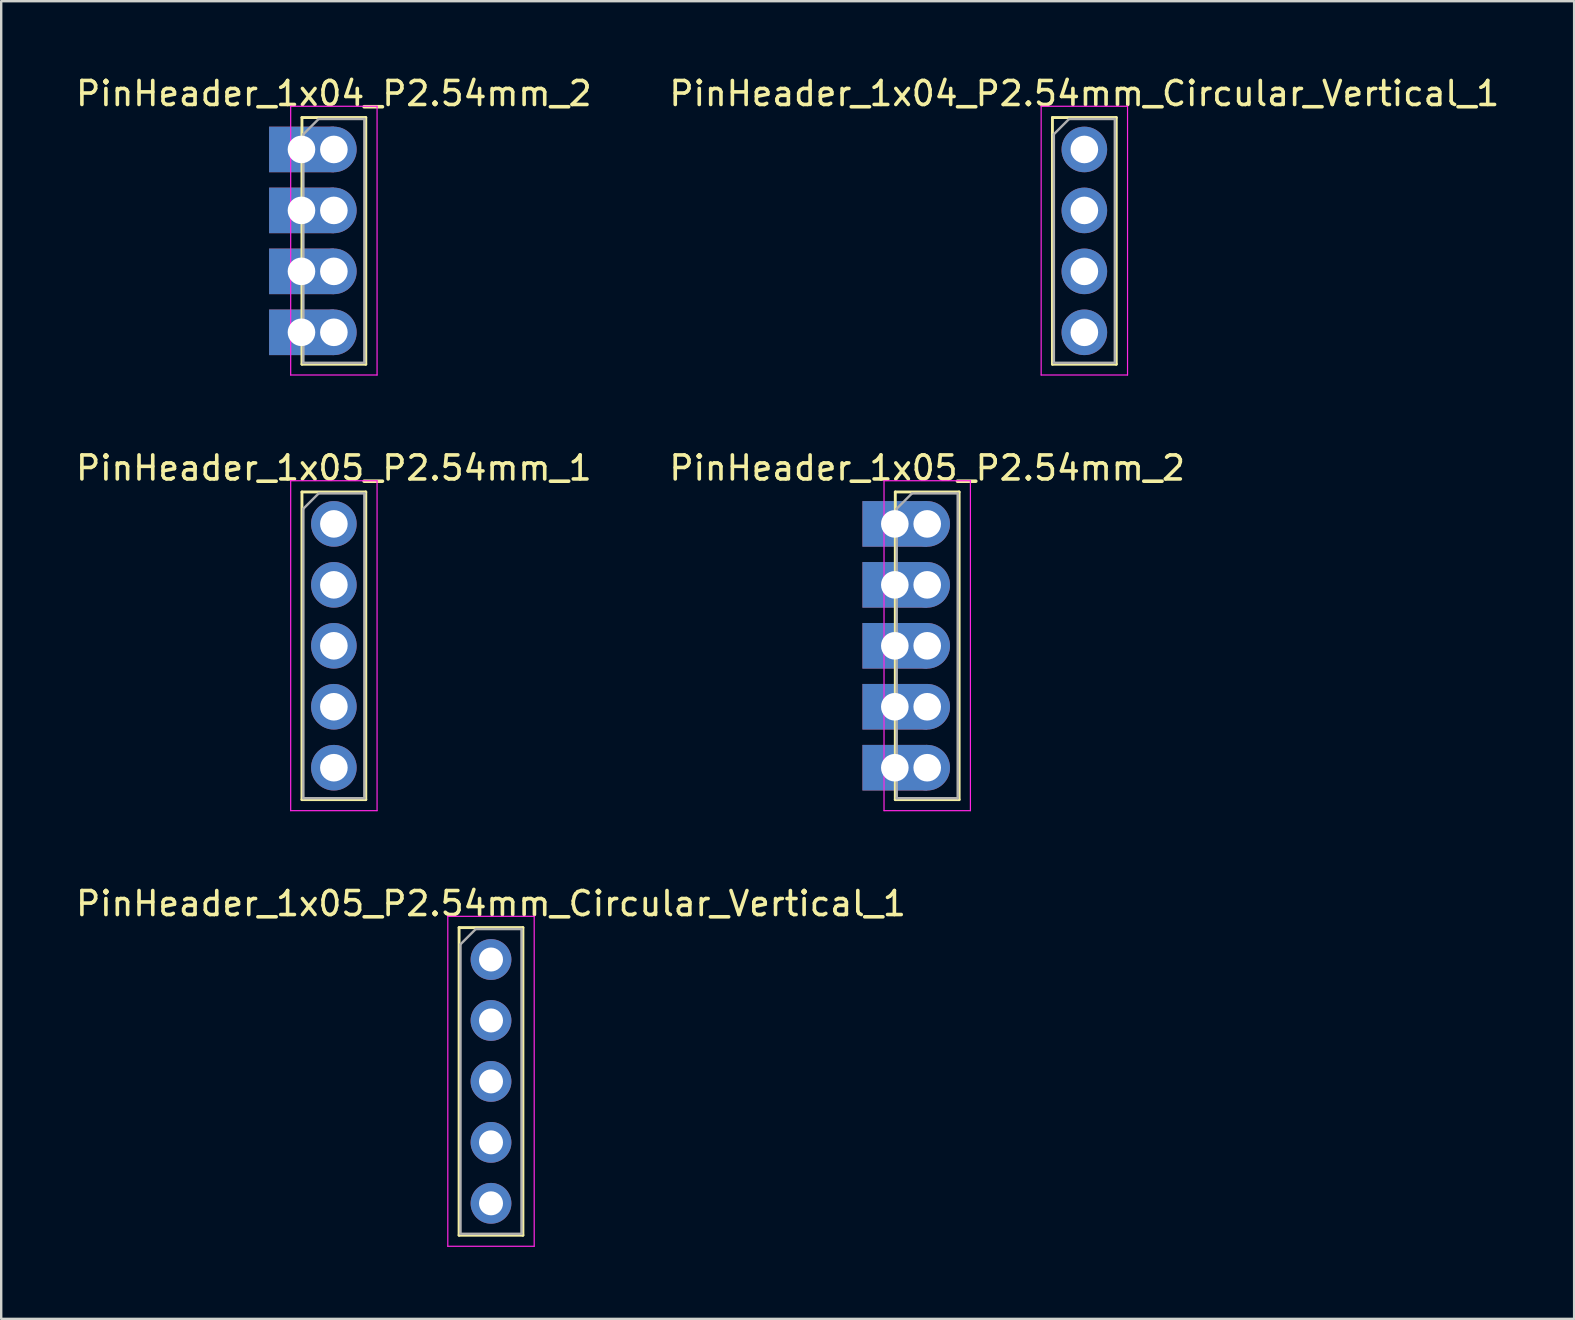
<source format=kicad_pcb>
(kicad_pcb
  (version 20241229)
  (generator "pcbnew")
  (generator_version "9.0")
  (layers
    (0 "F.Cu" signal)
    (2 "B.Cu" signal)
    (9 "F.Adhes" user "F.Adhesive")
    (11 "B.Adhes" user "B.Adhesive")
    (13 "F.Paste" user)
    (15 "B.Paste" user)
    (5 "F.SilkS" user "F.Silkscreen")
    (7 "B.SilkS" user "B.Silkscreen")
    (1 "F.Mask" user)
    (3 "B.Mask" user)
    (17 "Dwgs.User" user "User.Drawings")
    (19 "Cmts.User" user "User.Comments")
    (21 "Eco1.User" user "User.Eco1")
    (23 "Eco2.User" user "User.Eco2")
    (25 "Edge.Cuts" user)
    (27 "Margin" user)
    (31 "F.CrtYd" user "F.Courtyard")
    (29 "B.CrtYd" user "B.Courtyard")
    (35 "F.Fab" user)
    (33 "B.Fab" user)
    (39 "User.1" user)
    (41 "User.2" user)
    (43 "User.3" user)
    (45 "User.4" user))
  (footprint "PinHeader_1x05_P2.54mm_Circular_Vertical_1"
    (layer "F.Cu")
    (at 17.411 36.935)
    (property "Reference" "PinHeader_1x05_P2.54mm_Circular_Vertical_1" (at 0 -2.33 0) (layer "F.SilkS") (effects (font (size 1 1) (thickness 0.15))))
    (attr through_hole)
    (fp_line (start -1.33 -1.33) (end -1.33 11.49) (stroke (width 0.12) (type solid)) (layer "F.SilkS"))
    (fp_line (start -1.33 -1.33) (end 1.33 -1.33) (stroke (width 0.12) (type solid)) (layer "F.SilkS"))
    (fp_line (start -1.33 11.49) (end 1.33 11.49) (stroke (width 0.12) (type solid)) (layer "F.SilkS"))
    (fp_line (start 1.33 -1.33) (end 1.33 11.49) (stroke (width 0.12) (type solid)) (layer "F.SilkS"))
    (fp_line (start -1.8 -1.8) (end -1.8 11.95) (stroke (width 0.05) (type solid)) (layer "F.CrtYd"))
    (fp_line (start -1.8 11.95) (end 1.8 11.95) (stroke (width 0.05) (type solid)) (layer "F.CrtYd"))
    (fp_line (start 1.8 -1.8) (end -1.8 -1.8) (stroke (width 0.05) (type solid)) (layer "F.CrtYd"))
    (fp_line (start 1.8 11.95) (end 1.8 -1.8) (stroke (width 0.05) (type solid)) (layer "F.CrtYd"))
    (fp_line (start -1.27 -0.635) (end -0.635 -1.27) (stroke (width 0.1) (type solid)) (layer "F.Fab"))
    (fp_line (start -1.27 11.43) (end -1.27 -0.635) (stroke (width 0.1) (type solid)) (layer "F.Fab"))
    (fp_line (start -0.635 -1.27) (end 1.27 -1.27) (stroke (width 0.1) (type solid)) (layer "F.Fab"))
    (fp_line (start 1.27 -1.27) (end 1.27 11.43) (stroke (width 0.1) (type solid)) (layer "F.Fab"))
    (fp_line (start 1.27 11.43) (end -1.27 11.43) (stroke (width 0.1) (type solid)) (layer "F.Fab"))
    (pad "1" thru_hole circle (at 0 0) (size 1.7 1.7) (drill 1) (layers "*.Cu" "*.Mask"))
    (pad "2" thru_hole circle (at 0 2.54) (size 1.7 1.7) (drill 1) (layers "*.Cu" "*.Mask"))
    (pad "3" thru_hole circle (at 0 5.08) (size 1.7 1.7) (drill 1) (layers "*.Cu" "*.Mask"))
    (pad "4" thru_hole circle (at 0 7.62) (size 1.7 1.7) (drill 1) (layers "*.Cu" "*.Mask"))
    (pad "5" thru_hole circle (at 0 10.16) (size 1.7 1.7) (drill 1) (layers "*.Cu" "*.Mask")))
  (footprint "PinHeader_1x05_P2.54mm_2"
    (layer "F.Cu")
    (at 35.589 18.782)
    (property "Reference" "PinHeader_1x05_P2.54mm_2" (at 0 -2.33 0) (layer "F.SilkS") (effects (font (size 1 1) (thickness 0.15))))
    (attr through_hole)
    (fp_line (start -1.33 -1.33) (end -1.33 11.49) (stroke (width 0.12) (type solid)) (layer "F.SilkS"))
    (fp_line (start -1.33 -1.33) (end 1.33 -1.33) (stroke (width 0.12) (type solid)) (layer "F.SilkS"))
    (fp_line (start -1.33 11.49) (end 1.33 11.49) (stroke (width 0.12) (type solid)) (layer "F.SilkS"))
    (fp_line (start 1.33 -1.33) (end 1.33 11.49) (stroke (width 0.12) (type solid)) (layer "F.SilkS"))
    (fp_line (start -1.8 -1.8) (end -1.8 11.95) (stroke (width 0.05) (type solid)) (layer "F.CrtYd"))
    (fp_line (start -1.8 11.95) (end 1.8 11.95) (stroke (width 0.05) (type solid)) (layer "F.CrtYd"))
    (fp_line (start 1.8 -1.8) (end -1.8 -1.8) (stroke (width 0.05) (type solid)) (layer "F.CrtYd"))
    (fp_line (start 1.8 11.95) (end 1.8 -1.8) (stroke (width 0.05) (type solid)) (layer "F.CrtYd"))
    (fp_line (start -1.27 -0.635) (end -0.635 -1.27) (stroke (width 0.1) (type solid)) (layer "F.Fab"))
    (fp_line (start -1.27 11.43) (end -1.27 -0.635) (stroke (width 0.1) (type solid)) (layer "F.Fab"))
    (fp_line (start -0.635 -1.27) (end 1.27 -1.27) (stroke (width 0.1) (type solid)) (layer "F.Fab"))
    (fp_line (start 1.27 -1.27) (end 1.27 11.43) (stroke (width 0.1) (type solid)) (layer "F.Fab"))
    (fp_line (start 1.27 11.43) (end -1.27 11.43) (stroke (width 0.1) (type solid)) (layer "F.Fab"))
    (pad "1" thru_hole rect (at -1.35 0) (size 2.7 1.9) (drill 1.15) (layers "*.Cu" "*.Mask"))
    (pad "1" thru_hole circle (at 0 0) (size 1.9 1.9) (drill 1.15) (layers "*.Cu" "*.Mask"))
    (pad "2" thru_hole rect (at -1.35 2.54) (size 2.7 1.9) (drill 1.15) (layers "*.Cu" "*.Mask"))
    (pad "2" thru_hole circle (at 0 2.54) (size 1.9 1.9) (drill 1.15) (layers "*.Cu" "*.Mask"))
    (pad "3" thru_hole rect (at -1.35 5.08) (size 2.7 1.9) (drill 1.15) (layers "*.Cu" "*.Mask"))
    (pad "3" thru_hole circle (at 0 5.08) (size 1.9 1.9) (drill 1.15) (layers "*.Cu" "*.Mask"))
    (pad "4" thru_hole rect (at -1.35 7.62) (size 2.7 1.9) (drill 1.15) (layers "*.Cu" "*.Mask"))
    (pad "4" thru_hole circle (at 0 7.62) (size 1.9 1.9) (drill 1.15) (layers "*.Cu" "*.Mask"))
    (pad "5" thru_hole rect (at -1.35 10.16) (size 2.7 1.9) (drill 1.15) (layers "*.Cu" "*.Mask"))
    (pad "5" thru_hole circle (at 0 10.16) (size 1.9 1.9) (drill 1.15) (layers "*.Cu" "*.Mask")))
  (footprint "PinHeader_1x04_P2.54mm_2"
    (layer "F.Cu")
    (at 10.863 3.178)
    (property "Reference" "PinHeader_1x04_P2.54mm_2" (at 0 -2.33 0) (layer "F.SilkS") (effects (font (size 1 1) (thickness 0.15))))
    (attr through_hole)
    (fp_line (start -1.33 -1.33) (end -1.33 8.95) (stroke (width 0.12) (type solid)) (layer "F.SilkS"))
    (fp_line (start -1.33 -1.33) (end 1.33 -1.33) (stroke (width 0.12) (type solid)) (layer "F.SilkS"))
    (fp_line (start -1.33 8.95) (end 1.33 8.95) (stroke (width 0.12) (type solid)) (layer "F.SilkS"))
    (fp_line (start 1.33 -1.33) (end 1.33 8.95) (stroke (width 0.12) (type solid)) (layer "F.SilkS"))
    (fp_line (start -1.8 -1.8) (end -1.8 9.4) (stroke (width 0.05) (type solid)) (layer "F.CrtYd"))
    (fp_line (start -1.8 9.4) (end 1.8 9.4) (stroke (width 0.05) (type solid)) (layer "F.CrtYd"))
    (fp_line (start 1.8 -1.8) (end -1.8 -1.8) (stroke (width 0.05) (type solid)) (layer "F.CrtYd"))
    (fp_line (start 1.8 9.4) (end 1.8 -1.8) (stroke (width 0.05) (type solid)) (layer "F.CrtYd"))
    (fp_line (start -1.27 -0.635) (end -0.635 -1.27) (stroke (width 0.1) (type solid)) (layer "F.Fab"))
    (fp_line (start -1.27 8.89) (end -1.27 -0.635) (stroke (width 0.1) (type solid)) (layer "F.Fab"))
    (fp_line (start -0.635 -1.27) (end 1.27 -1.27) (stroke (width 0.1) (type solid)) (layer "F.Fab"))
    (fp_line (start 1.27 -1.27) (end 1.27 8.89) (stroke (width 0.1) (type solid)) (layer "F.Fab"))
    (fp_line (start 1.27 8.89) (end -1.27 8.89) (stroke (width 0.1) (type solid)) (layer "F.Fab"))
    (pad "1" thru_hole rect (at -1.35 0) (size 2.7 1.9) (drill 1.15) (layers "*.Cu" "*.Mask"))
    (pad "1" thru_hole circle (at 0 0) (size 1.9 1.9) (drill 1.15) (layers "*.Cu" "*.Mask"))
    (pad "2" thru_hole rect (at -1.35 2.54) (size 2.7 1.9) (drill 1.15) (layers "*.Cu" "*.Mask"))
    (pad "2" thru_hole circle (at 0 2.54) (size 1.9 1.9) (drill 1.15) (layers "*.Cu" "*.Mask"))
    (pad "3" thru_hole rect (at -1.35 5.08) (size 2.7 1.9) (drill 1.15) (layers "*.Cu" "*.Mask"))
    (pad "3" thru_hole circle (at 0 5.08) (size 1.9 1.9) (drill 1.15) (layers "*.Cu" "*.Mask"))
    (pad "4" thru_hole rect (at -1.35 7.62) (size 2.7 1.9) (drill 1.15) (layers "*.Cu" "*.Mask"))
    (pad "4" thru_hole circle (at 0 7.62) (size 1.9 1.9) (drill 1.15) (layers "*.Cu" "*.Mask")))
  (footprint "PinHeader_1x04_P2.54mm_Circular_Vertical_1"
    (layer "F.Cu")
    (at 42.137 3.178)
    (property "Reference" "PinHeader_1x04_P2.54mm_Circular_Vertical_1" (at 0 -2.33 0) (layer "F.SilkS") (effects (font (size 1 1) (thickness 0.15))))
    (attr through_hole)
    (fp_line (start -1.33 -1.33) (end -1.33 8.95) (stroke (width 0.12) (type solid)) (layer "F.SilkS"))
    (fp_line (start -1.33 -1.33) (end 1.33 -1.33) (stroke (width 0.12) (type solid)) (layer "F.SilkS"))
    (fp_line (start -1.33 8.95) (end 1.33 8.95) (stroke (width 0.12) (type solid)) (layer "F.SilkS"))
    (fp_line (start 1.33 -1.33) (end 1.33 8.95) (stroke (width 0.12) (type solid)) (layer "F.SilkS"))
    (fp_line (start -1.8 -1.8) (end -1.8 9.4) (stroke (width 0.05) (type solid)) (layer "F.CrtYd"))
    (fp_line (start -1.8 9.4) (end 1.8 9.4) (stroke (width 0.05) (type solid)) (layer "F.CrtYd"))
    (fp_line (start 1.8 -1.8) (end -1.8 -1.8) (stroke (width 0.05) (type solid)) (layer "F.CrtYd"))
    (fp_line (start 1.8 9.4) (end 1.8 -1.8) (stroke (width 0.05) (type solid)) (layer "F.CrtYd"))
    (fp_line (start -1.27 -0.635) (end -0.635 -1.27) (stroke (width 0.1) (type solid)) (layer "F.Fab"))
    (fp_line (start -1.27 8.89) (end -1.27 -0.635) (stroke (width 0.1) (type solid)) (layer "F.Fab"))
    (fp_line (start -0.635 -1.27) (end 1.27 -1.27) (stroke (width 0.1) (type solid)) (layer "F.Fab"))
    (fp_line (start 1.27 -1.27) (end 1.27 8.89) (stroke (width 0.1) (type solid)) (layer "F.Fab"))
    (fp_line (start 1.27 8.89) (end -1.27 8.89) (stroke (width 0.1) (type solid)) (layer "F.Fab"))
    (pad "1" thru_hole circle (at 0 0) (size 1.9 1.9) (drill 1.15) (layers "*.Cu" "*.Mask"))
    (pad "2" thru_hole circle (at 0 2.54) (size 1.9 1.9) (drill 1.15) (layers "*.Cu" "*.Mask"))
    (pad "3" thru_hole circle (at 0 5.08) (size 1.9 1.9) (drill 1.15) (layers "*.Cu" "*.Mask"))
    (pad "4" thru_hole circle (at 0 7.62) (size 1.9 1.9) (drill 1.15) (layers "*.Cu" "*.Mask")))
  (footprint "PinHeader_1x05_P2.54mm_1"
    (layer "F.Cu")
    (at 10.863 18.782)
    (property "Reference" "PinHeader_1x05_P2.54mm_1" (at 0 -2.33 0) (layer "F.SilkS") (effects (font (size 1 1) (thickness 0.15))))
    (attr through_hole)
    (fp_line (start -1.33 -1.33) (end -1.33 11.49) (stroke (width 0.12) (type solid)) (layer "F.SilkS"))
    (fp_line (start -1.33 -1.33) (end 1.33 -1.33) (stroke (width 0.12) (type solid)) (layer "F.SilkS"))
    (fp_line (start -1.33 11.49) (end 1.33 11.49) (stroke (width 0.12) (type solid)) (layer "F.SilkS"))
    (fp_line (start 1.33 -1.33) (end 1.33 11.49) (stroke (width 0.12) (type solid)) (layer "F.SilkS"))
    (fp_line (start -1.8 -1.8) (end -1.8 11.95) (stroke (width 0.05) (type solid)) (layer "F.CrtYd"))
    (fp_line (start -1.8 11.95) (end 1.8 11.95) (stroke (width 0.05) (type solid)) (layer "F.CrtYd"))
    (fp_line (start 1.8 -1.8) (end -1.8 -1.8) (stroke (width 0.05) (type solid)) (layer "F.CrtYd"))
    (fp_line (start 1.8 11.95) (end 1.8 -1.8) (stroke (width 0.05) (type solid)) (layer "F.CrtYd"))
    (fp_line (start -1.27 -0.635) (end -0.635 -1.27) (stroke (width 0.1) (type solid)) (layer "F.Fab"))
    (fp_line (start -1.27 11.43) (end -1.27 -0.635) (stroke (width 0.1) (type solid)) (layer "F.Fab"))
    (fp_line (start -0.635 -1.27) (end 1.27 -1.27) (stroke (width 0.1) (type solid)) (layer "F.Fab"))
    (fp_line (start 1.27 -1.27) (end 1.27 11.43) (stroke (width 0.1) (type solid)) (layer "F.Fab"))
    (fp_line (start 1.27 11.43) (end -1.27 11.43) (stroke (width 0.1) (type solid)) (layer "F.Fab"))
    (pad "1" thru_hole circle (at 0 0) (size 1.9 1.9) (drill 1.15) (layers "*.Cu" "*.Mask"))
    (pad "2" thru_hole circle (at 0 2.54) (size 1.9 1.9) (drill 1.15) (layers "*.Cu" "*.Mask"))
    (pad "3" thru_hole circle (at 0 5.08) (size 1.9 1.9) (drill 1.15) (layers "*.Cu" "*.Mask"))
    (pad "4" thru_hole circle (at 0 7.62) (size 1.9 1.9) (drill 1.15) (layers "*.Cu" "*.Mask"))
    (pad "5" thru_hole circle (at 0 10.16) (size 1.9 1.9) (drill 1.15) (layers "*.Cu" "*.Mask")))
  (gr_rect
    (start -3 -3)
    (end 62.548 51.91)
    (stroke (width 0.1) (type default))
    (fill no)
    (layer "Edge.Cuts")))
</source>
